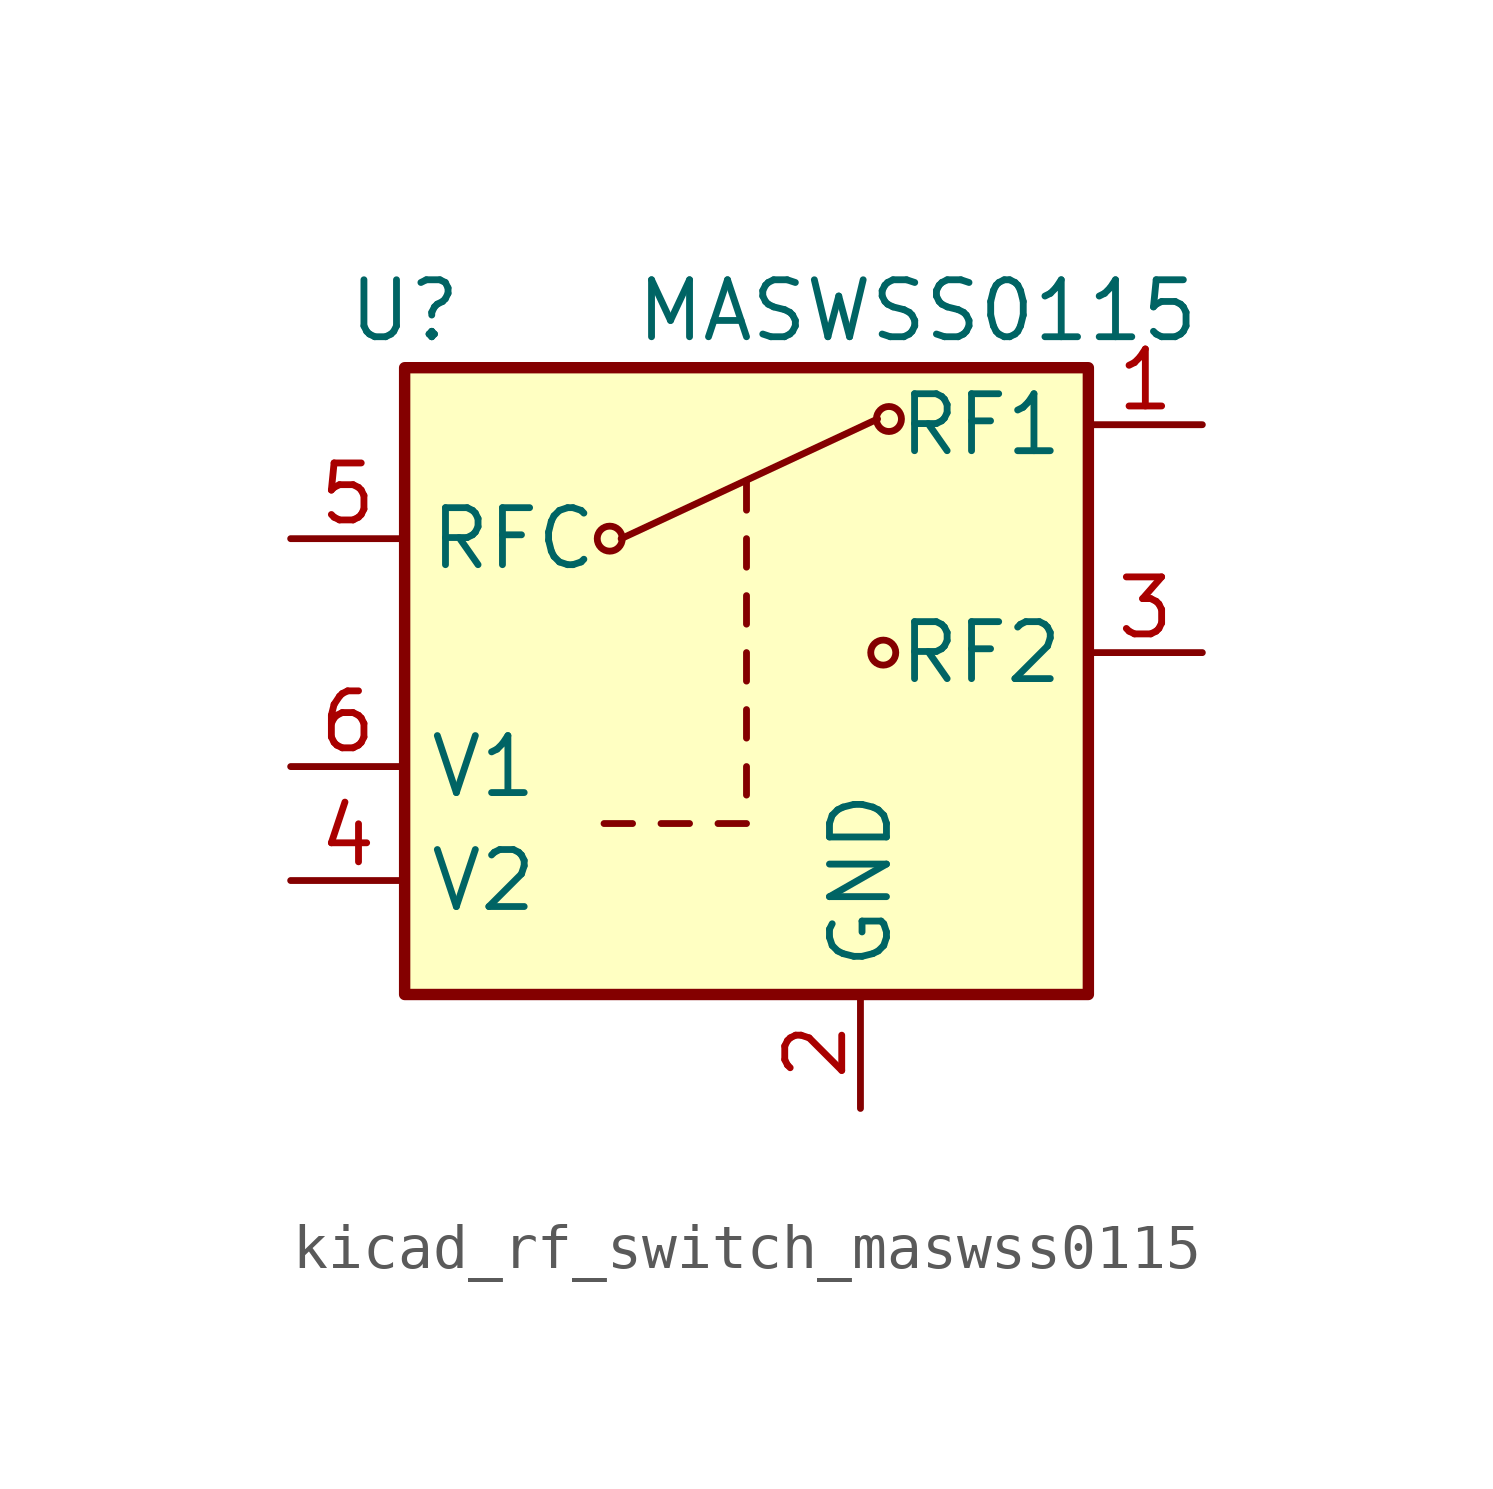
<source format=kicad_sym>
(kicad_symbol_lib
  (version 20220914)
  (generator kicad_symbol_editor)
  (symbol "kicad_rf_switch_maswss0115"
    (property "Reference" "U"
      (at -7.62 7.62 0)
      (effects (font (size 1.27 1.27))))
    (property "Value" "MASWSS0115"
      (at 3.81 7.62 0)
      (effects (font (size 1.27 1.27))))
    (symbol "kicad_rf_switch_maswss0115_0_1"
      (circle (center -3.048 2.54) (radius 0.279) (stroke (width 0) (type default)) (fill (type none)))
      (polyline (pts (xy -3.175 -3.81) (xy -2.54 -3.81)) (stroke (width 0) (type default)) (fill (type none)))
      (polyline (pts (xy -2.794 2.54) (xy 2.921 5.207)) (stroke (width 0) (type default)) (fill (type none)))
      (polyline (pts (xy -1.905 -3.81) (xy -1.27 -3.81)) (stroke (width 0) (type default)) (fill (type none)))
      (polyline (pts (xy -0.635 -3.81) (xy 0 -3.81)) (stroke (width 0) (type default)) (fill (type none)))
      (polyline (pts (xy 0 -3.175) (xy 0 -2.54)) (stroke (width 0) (type default)) (fill (type none)))
      (polyline (pts (xy 0 -1.905) (xy 0 -1.27)) (stroke (width 0) (type default)) (fill (type none)))
      (polyline (pts (xy 0 -0.635) (xy 0 0)) (stroke (width 0) (type default)) (fill (type none)))
      (polyline (pts (xy 0 0.635) (xy 0 1.27)) (stroke (width 0) (type default)) (fill (type none)))
      (polyline (pts (xy 0 1.905) (xy 0 2.54)) (stroke (width 0) (type default)) (fill (type none)))
      (polyline (pts (xy 0 3.175) (xy 0 3.81)) (stroke (width 0) (type default)) (fill (type none)))
      (circle (center 3.048 0) (radius 0.279) (stroke (width 0) (type default)) (fill (type none)))
      (circle (center 3.175 5.207) (radius 0.279) (stroke (width 0) (type default)) (fill (type none)))
      (rectangle (start 7.62 -7.62) (end -7.62 6.35) (stroke (width 0.254) (type default)) (fill (type background))))
    (symbol "kicad_rf_switch_maswss0115_1_1"
      (pin passive line (at 10.16 5.08 180) (length 2.54) (name "RF1" (effects (font (size 1.27 1.27)))) (number "1" (effects (font (size 1.27 1.27)))))
      (pin power_in line (at 2.54 -10.16 90) (length 2.54) (name "GND" (effects (font (size 1.27 1.27)))) (number "2" (effects (font (size 1.27 1.27)))))
      (pin passive line (at 10.16 0 180) (length 2.54) (name "RF2" (effects (font (size 1.27 1.27)))) (number "3" (effects (font (size 1.27 1.27)))))
      (pin input line (at -10.16 -5.08 0) (length 2.54) (name "V2" (effects (font (size 1.27 1.27)))) (number "4" (effects (font (size 1.27 1.27)))))
      (pin passive line (at -10.16 2.54 0) (length 2.54) (name "RFC" (effects (font (size 1.27 1.27)))) (number "5" (effects (font (size 1.27 1.27)))))
      (pin input line (at -10.16 -2.54 0) (length 2.54) (name "V1" (effects (font (size 1.27 1.27)))) (number "6" (effects (font (size 1.27 1.27))))))))
</source>
